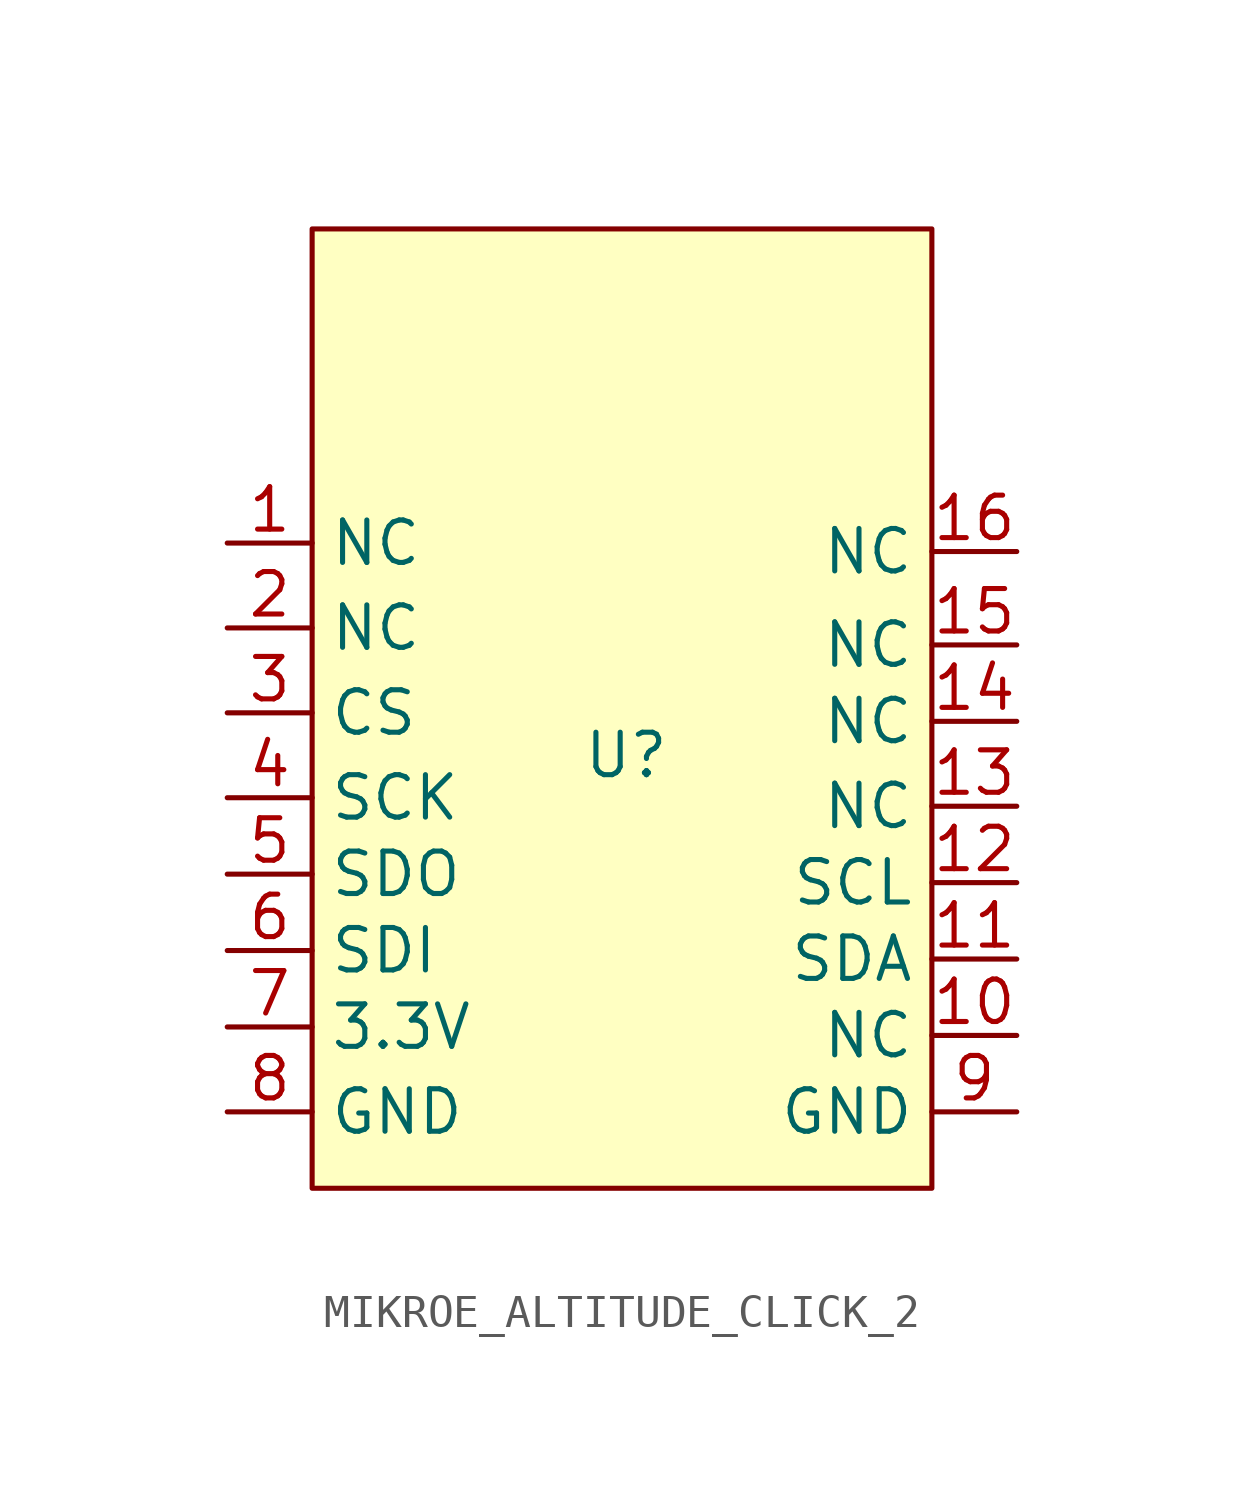
<source format=kicad_sym>
(kicad_symbol_lib
  (version 20220914)
  (generator kicad_symbol_editor)
  (symbol "MIKROE_ALTITUDE_CLICK_2"
    (property "Reference" "U"
      (at 0 0 0)
      (effects (font (size 1.27 1.27))))
    (property "Value" ""
      (at 0 0 0)
      (effects (font (size 1.27 1.27))))
    (symbol "MIKROE_ALTITUDE_CLICK_2_1_1"
      (rectangle (start -9.398 15.748) (end 9.144 -12.954) (stroke (width 0) (type default)) (fill (type background)))
      (pin input line (at -11.938 6.35 0) (length 2.54) (name "NC" (effects (font (size 1.27 1.27)))) (number "1" (effects (font (size 1.27 1.27)))))
      (pin input line (at 11.684 -8.382 180) (length 2.54) (name "NC" (effects (font (size 1.27 1.27)))) (number "10" (effects (font (size 1.27 1.27)))))
      (pin input line (at 11.684 -6.096 180) (length 2.54) (name "SDA" (effects (font (size 1.27 1.27)))) (number "11" (effects (font (size 1.27 1.27)))))
      (pin input line (at 11.684 -3.81 180) (length 2.54) (name "SCL" (effects (font (size 1.27 1.27)))) (number "12" (effects (font (size 1.27 1.27)))))
      (pin input line (at 11.684 -1.524 180) (length 2.54) (name "NC" (effects (font (size 1.27 1.27)))) (number "13" (effects (font (size 1.27 1.27)))))
      (pin input line (at 11.684 1.016 180) (length 2.54) (name "NC" (effects (font (size 1.27 1.27)))) (number "14" (effects (font (size 1.27 1.27)))))
      (pin input line (at 11.684 3.302 180) (length 2.54) (name "NC" (effects (font (size 1.27 1.27)))) (number "15" (effects (font (size 1.27 1.27)))))
      (pin input line (at 11.684 6.096 180) (length 2.54) (name "NC" (effects (font (size 1.27 1.27)))) (number "16" (effects (font (size 1.27 1.27)))))
      (pin input line (at -11.938 3.81 0) (length 2.54) (name "NC" (effects (font (size 1.27 1.27)))) (number "2" (effects (font (size 1.27 1.27)))))
      (pin input line (at -11.938 1.27 0) (length 2.54) (name "CS" (effects (font (size 1.27 1.27)))) (number "3" (effects (font (size 1.27 1.27)))))
      (pin input line (at -11.938 -1.27 0) (length 2.54) (name "SCK" (effects (font (size 1.27 1.27)))) (number "4" (effects (font (size 1.27 1.27)))))
      (pin input line (at -11.938 -3.556 0) (length 2.54) (name "SDO" (effects (font (size 1.27 1.27)))) (number "5" (effects (font (size 1.27 1.27)))))
      (pin input line (at -11.938 -5.842 0) (length 2.54) (name "SDI" (effects (font (size 1.27 1.27)))) (number "6" (effects (font (size 1.27 1.27)))))
      (pin input line (at -11.938 -8.128 0) (length 2.54) (name "3.3V" (effects (font (size 1.27 1.27)))) (number "7" (effects (font (size 1.27 1.27)))))
      (pin input line (at -11.938 -10.668 0) (length 2.54) (name "GND" (effects (font (size 1.27 1.27)))) (number "8" (effects (font (size 1.27 1.27)))))
      (pin input line (at 11.684 -10.668 180) (length 2.54) (name "GND" (effects (font (size 1.27 1.27)))) (number "9" (effects (font (size 1.27 1.27))))))))
</source>
